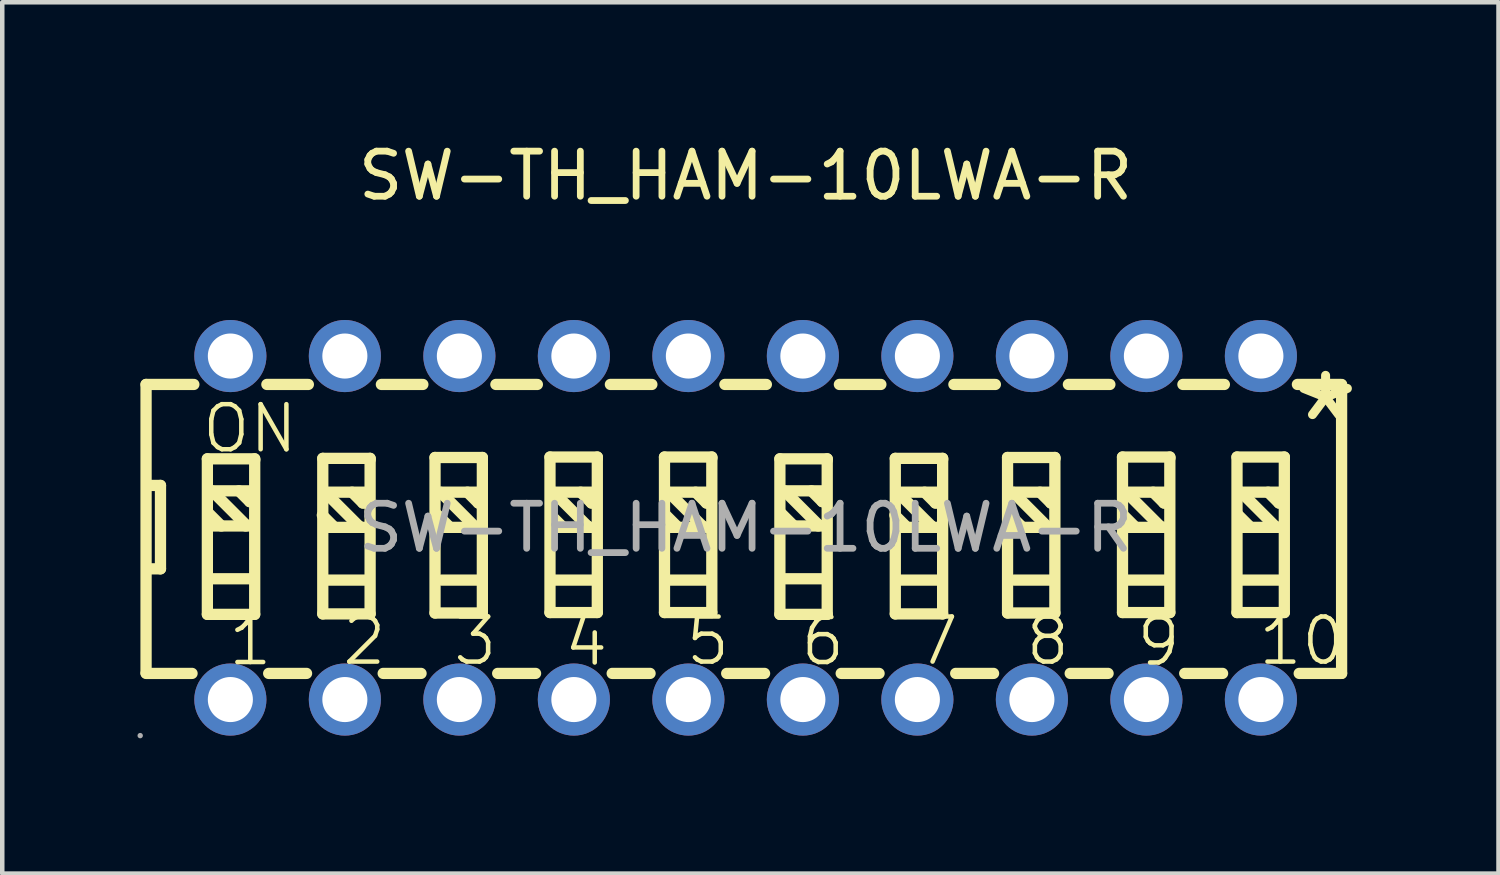
<source format=kicad_pcb>
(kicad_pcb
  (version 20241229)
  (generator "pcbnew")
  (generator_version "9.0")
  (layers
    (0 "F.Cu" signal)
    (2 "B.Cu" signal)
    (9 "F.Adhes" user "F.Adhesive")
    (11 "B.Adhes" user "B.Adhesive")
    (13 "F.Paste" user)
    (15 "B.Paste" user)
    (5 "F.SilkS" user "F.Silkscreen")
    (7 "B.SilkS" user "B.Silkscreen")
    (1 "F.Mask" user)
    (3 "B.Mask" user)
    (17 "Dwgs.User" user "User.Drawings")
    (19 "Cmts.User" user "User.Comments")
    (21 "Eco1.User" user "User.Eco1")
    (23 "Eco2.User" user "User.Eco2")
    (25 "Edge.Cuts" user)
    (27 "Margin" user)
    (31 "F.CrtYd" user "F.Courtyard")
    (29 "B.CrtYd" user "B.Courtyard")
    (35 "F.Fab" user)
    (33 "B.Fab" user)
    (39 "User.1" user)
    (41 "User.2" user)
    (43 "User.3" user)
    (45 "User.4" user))
  (footprint "SW-TH_HAM-10LWA-R"
    (layer "F.Cu")
    (at 13.49 8.658)
    (property "Reference" "SW-TH_HAM-10LWA-R" (at 0 -7.81 0) (layer "F.SilkS") (effects (font (size 1 1) (thickness 0.15))))
    (attr through_hole)
    (fp_line (start -13.3 -3.18) (end -13.3 3.22) (stroke (width 0.25) (type solid)) (layer "F.SilkS"))
    (fp_line (start -13.3 -3.18) (end -12.24 -3.18) (stroke (width 0.25) (type solid)) (layer "F.SilkS"))
    (fp_line (start -13.28 -0.94) (end -12.98 -0.94) (stroke (width 0.25) (type solid)) (layer "F.SilkS"))
    (fp_line (start -12.98 -0.94) (end -12.98 0.91) (stroke (width 0.25) (type solid)) (layer "F.SilkS"))
    (fp_line (start -12.98 0.91) (end -13.26 0.91) (stroke (width 0.25) (type solid)) (layer "F.SilkS"))
    (fp_line (start -12.28 3.23) (end -13.3 3.23) (stroke (width 0.25) (type solid)) (layer "F.SilkS"))
    (fp_line (start -11.94 -1.53) (end -11.94 1.92) (stroke (width 0.25) (type solid)) (layer "F.SilkS"))
    (fp_line (start -11.94 1.92) (end -10.89 1.92) (stroke (width 0.25) (type solid)) (layer "F.SilkS"))
    (fp_line (start -11.84 -0.82) (end -11.09 -0.07) (stroke (width 0.25) (type solid)) (layer "F.SilkS"))
    (fp_line (start -11.83 -0.04) (end -10.96 -0.04) (stroke (width 0.25) (type solid)) (layer "F.SilkS"))
    (fp_line (start -11.81 -0.82) (end -10.94 -0.82) (stroke (width 0.25) (type solid)) (layer "F.SilkS"))
    (fp_line (start -11.81 1.13) (end -10.94 1.13) (stroke (width 0.25) (type solid)) (layer "F.SilkS"))
    (fp_line (start -11.63 -0.04) (end -11.9 -0.31) (stroke (width 0.25) (type solid)) (layer "F.SilkS"))
    (fp_line (start -11.24 -0.82) (end -11 -0.58) (stroke (width 0.25) (type solid)) (layer "F.SilkS"))
    (fp_line (start -11.09 -0.07) (end -11.09 -0.04) (stroke (width 0.25) (type solid)) (layer "F.SilkS"))
    (fp_line (start -11 -0.58) (end -10.97 -0.58) (stroke (width 0.25) (type solid)) (layer "F.SilkS"))
    (fp_line (start -10.89 -1.53) (end -11.94 -1.53) (stroke (width 0.25) (type solid)) (layer "F.SilkS"))
    (fp_line (start -10.89 -1.5) (end -10.89 -1.53) (stroke (width 0.25) (type solid)) (layer "F.SilkS"))
    (fp_line (start -10.89 1.92) (end -10.89 -1.5) (stroke (width 0.25) (type solid)) (layer "F.SilkS"))
    (fp_line (start -10.62 -3.18) (end -9.7 -3.18) (stroke (width 0.25) (type solid)) (layer "F.SilkS"))
    (fp_line (start -9.74 3.23) (end -10.58 3.23) (stroke (width 0.25) (type solid)) (layer "F.SilkS"))
    (fp_line (start -9.38 -1.54) (end -9.38 1.91) (stroke (width 0.25) (type solid)) (layer "F.SilkS"))
    (fp_line (start -9.38 1.91) (end -8.33 1.91) (stroke (width 0.25) (type solid)) (layer "F.SilkS"))
    (fp_line (start -9.33 -0.79) (end -8.58 -0.04) (stroke (width 0.25) (type solid)) (layer "F.SilkS"))
    (fp_line (start -9.32 -0.01) (end -8.45 -0.01) (stroke (width 0.25) (type solid)) (layer "F.SilkS"))
    (fp_line (start -9.3 -0.79) (end -8.43 -0.79) (stroke (width 0.25) (type solid)) (layer "F.SilkS"))
    (fp_line (start -9.3 1.16) (end -8.43 1.16) (stroke (width 0.25) (type solid)) (layer "F.SilkS"))
    (fp_line (start -9.12 -0.01) (end -9.39 -0.28) (stroke (width 0.25) (type solid)) (layer "F.SilkS"))
    (fp_line (start -8.73 -0.79) (end -8.49 -0.55) (stroke (width 0.25) (type solid)) (layer "F.SilkS"))
    (fp_line (start -8.58 -0.04) (end -8.58 -0.01) (stroke (width 0.25) (type solid)) (layer "F.SilkS"))
    (fp_line (start -8.49 -0.55) (end -8.46 -0.55) (stroke (width 0.25) (type solid)) (layer "F.SilkS"))
    (fp_line (start -8.33 -1.54) (end -9.38 -1.54) (stroke (width 0.25) (type solid)) (layer "F.SilkS"))
    (fp_line (start -8.33 -1.51) (end -8.33 -1.54) (stroke (width 0.25) (type solid)) (layer "F.SilkS"))
    (fp_line (start -8.33 1.91) (end -8.33 -1.51) (stroke (width 0.25) (type solid)) (layer "F.SilkS"))
    (fp_line (start -8.08 -3.18) (end -7.16 -3.18) (stroke (width 0.25) (type solid)) (layer "F.SilkS"))
    (fp_line (start -7.2 3.23) (end -8.04 3.23) (stroke (width 0.25) (type solid)) (layer "F.SilkS"))
    (fp_line (start -6.89 -1.56) (end -6.89 1.89) (stroke (width 0.25) (type solid)) (layer "F.SilkS"))
    (fp_line (start -6.89 1.89) (end -5.84 1.89) (stroke (width 0.25) (type solid)) (layer "F.SilkS"))
    (fp_line (start -6.77 -0.79) (end -6.02 -0.04) (stroke (width 0.25) (type solid)) (layer "F.SilkS"))
    (fp_line (start -6.76 -0.01) (end -5.89 -0.01) (stroke (width 0.25) (type solid)) (layer "F.SilkS"))
    (fp_line (start -6.74 -0.79) (end -5.87 -0.79) (stroke (width 0.25) (type solid)) (layer "F.SilkS"))
    (fp_line (start -6.74 1.16) (end -5.87 1.16) (stroke (width 0.25) (type solid)) (layer "F.SilkS"))
    (fp_line (start -6.56 -0.01) (end -6.83 -0.28) (stroke (width 0.25) (type solid)) (layer "F.SilkS"))
    (fp_line (start -6.17 -0.79) (end -5.93 -0.55) (stroke (width 0.25) (type solid)) (layer "F.SilkS"))
    (fp_line (start -6.02 -0.04) (end -6.02 -0.01) (stroke (width 0.25) (type solid)) (layer "F.SilkS"))
    (fp_line (start -5.93 -0.55) (end -5.9 -0.55) (stroke (width 0.25) (type solid)) (layer "F.SilkS"))
    (fp_line (start -5.84 -1.56) (end -6.89 -1.56) (stroke (width 0.25) (type solid)) (layer "F.SilkS"))
    (fp_line (start -5.84 -1.53) (end -5.84 -1.56) (stroke (width 0.25) (type solid)) (layer "F.SilkS"))
    (fp_line (start -5.84 1.89) (end -5.84 -1.53) (stroke (width 0.25) (type solid)) (layer "F.SilkS"))
    (fp_line (start -5.54 -3.18) (end -4.62 -3.18) (stroke (width 0.25) (type solid)) (layer "F.SilkS"))
    (fp_line (start -4.66 3.23) (end -5.5 3.23) (stroke (width 0.25) (type solid)) (layer "F.SilkS"))
    (fp_line (start -4.34 -1.57) (end -4.34 1.88) (stroke (width 0.25) (type solid)) (layer "F.SilkS"))
    (fp_line (start -4.34 1.88) (end -3.29 1.88) (stroke (width 0.25) (type solid)) (layer "F.SilkS"))
    (fp_line (start -4.26 -0.79) (end -3.51 -0.04) (stroke (width 0.25) (type solid)) (layer "F.SilkS"))
    (fp_line (start -4.25 -0.01) (end -3.38 -0.01) (stroke (width 0.25) (type solid)) (layer "F.SilkS"))
    (fp_line (start -4.23 -0.79) (end -3.36 -0.79) (stroke (width 0.25) (type solid)) (layer "F.SilkS"))
    (fp_line (start -4.23 1.16) (end -3.36 1.16) (stroke (width 0.25) (type solid)) (layer "F.SilkS"))
    (fp_line (start -4.05 -0.01) (end -4.32 -0.28) (stroke (width 0.25) (type solid)) (layer "F.SilkS"))
    (fp_line (start -3.66 -0.79) (end -3.42 -0.55) (stroke (width 0.25) (type solid)) (layer "F.SilkS"))
    (fp_line (start -3.51 -0.04) (end -3.51 -0.01) (stroke (width 0.25) (type solid)) (layer "F.SilkS"))
    (fp_line (start -3.42 -0.55) (end -3.39 -0.55) (stroke (width 0.25) (type solid)) (layer "F.SilkS"))
    (fp_line (start -3.29 -1.57) (end -4.34 -1.57) (stroke (width 0.25) (type solid)) (layer "F.SilkS"))
    (fp_line (start -3.29 -1.54) (end -3.29 -1.57) (stroke (width 0.25) (type solid)) (layer "F.SilkS"))
    (fp_line (start -3.29 1.88) (end -3.29 -1.54) (stroke (width 0.25) (type solid)) (layer "F.SilkS"))
    (fp_line (start -3 -3.18) (end -2.08 -3.18) (stroke (width 0.25) (type solid)) (layer "F.SilkS"))
    (fp_line (start -2.12 3.23) (end -2.96 3.23) (stroke (width 0.25) (type solid)) (layer "F.SilkS"))
    (fp_line (start -1.8 -1.57) (end -1.8 1.88) (stroke (width 0.25) (type solid)) (layer "F.SilkS"))
    (fp_line (start -1.8 1.88) (end -0.75 1.88) (stroke (width 0.25) (type solid)) (layer "F.SilkS"))
    (fp_line (start -1.71 -0.79) (end -0.96 -0.04) (stroke (width 0.25) (type solid)) (layer "F.SilkS"))
    (fp_line (start -1.7 -0.01) (end -0.83 -0.01) (stroke (width 0.25) (type solid)) (layer "F.SilkS"))
    (fp_line (start -1.68 -0.79) (end -0.81 -0.79) (stroke (width 0.25) (type solid)) (layer "F.SilkS"))
    (fp_line (start -1.68 1.16) (end -0.81 1.16) (stroke (width 0.25) (type solid)) (layer "F.SilkS"))
    (fp_line (start -1.5 -0.01) (end -1.77 -0.28) (stroke (width 0.25) (type solid)) (layer "F.SilkS"))
    (fp_line (start -1.11 -0.79) (end -0.87 -0.55) (stroke (width 0.25) (type solid)) (layer "F.SilkS"))
    (fp_line (start -0.96 -0.04) (end -0.96 -0.01) (stroke (width 0.25) (type solid)) (layer "F.SilkS"))
    (fp_line (start -0.87 -0.55) (end -0.84 -0.55) (stroke (width 0.25) (type solid)) (layer "F.SilkS"))
    (fp_line (start -0.75 -1.57) (end -1.8 -1.57) (stroke (width 0.25) (type solid)) (layer "F.SilkS"))
    (fp_line (start -0.75 -1.54) (end -0.75 -1.57) (stroke (width 0.25) (type solid)) (layer "F.SilkS"))
    (fp_line (start -0.75 1.88) (end -0.75 -1.54) (stroke (width 0.25) (type solid)) (layer "F.SilkS"))
    (fp_line (start -0.46 -3.18) (end 0.46 -3.18) (stroke (width 0.25) (type solid)) (layer "F.SilkS"))
    (fp_line (start 0.42 3.23) (end -0.42 3.23) (stroke (width 0.25) (type solid)) (layer "F.SilkS"))
    (fp_line (start 0.76 -1.53) (end 0.76 1.92) (stroke (width 0.25) (type solid)) (layer "F.SilkS"))
    (fp_line (start 0.76 1.92) (end 1.81 1.92) (stroke (width 0.25) (type solid)) (layer "F.SilkS"))
    (fp_line (start 0.86 -0.82) (end 1.61 -0.07) (stroke (width 0.25) (type solid)) (layer "F.SilkS"))
    (fp_line (start 0.87 -0.04) (end 1.74 -0.04) (stroke (width 0.25) (type solid)) (layer "F.SilkS"))
    (fp_line (start 0.89 -0.82) (end 1.76 -0.82) (stroke (width 0.25) (type solid)) (layer "F.SilkS"))
    (fp_line (start 0.89 1.13) (end 1.76 1.13) (stroke (width 0.25) (type solid)) (layer "F.SilkS"))
    (fp_line (start 1.07 -0.04) (end 0.8 -0.31) (stroke (width 0.25) (type solid)) (layer "F.SilkS"))
    (fp_line (start 1.46 -0.82) (end 1.7 -0.58) (stroke (width 0.25) (type solid)) (layer "F.SilkS"))
    (fp_line (start 1.61 -0.07) (end 1.61 -0.04) (stroke (width 0.25) (type solid)) (layer "F.SilkS"))
    (fp_line (start 1.7 -0.58) (end 1.73 -0.58) (stroke (width 0.25) (type solid)) (layer "F.SilkS"))
    (fp_line (start 1.81 -1.53) (end 0.76 -1.53) (stroke (width 0.25) (type solid)) (layer "F.SilkS"))
    (fp_line (start 1.81 -1.5) (end 1.81 -1.53) (stroke (width 0.25) (type solid)) (layer "F.SilkS"))
    (fp_line (start 1.81 1.92) (end 1.81 -1.5) (stroke (width 0.25) (type solid)) (layer "F.SilkS"))
    (fp_line (start 2.08 -3.18) (end 3 -3.18) (stroke (width 0.25) (type solid)) (layer "F.SilkS"))
    (fp_line (start 2.96 3.23) (end 2.12 3.23) (stroke (width 0.25) (type solid)) (layer "F.SilkS"))
    (fp_line (start 3.32 -1.54) (end 3.32 1.91) (stroke (width 0.25) (type solid)) (layer "F.SilkS"))
    (fp_line (start 3.32 1.91) (end 4.37 1.91) (stroke (width 0.25) (type solid)) (layer "F.SilkS"))
    (fp_line (start 3.37 -0.79) (end 4.12 -0.04) (stroke (width 0.25) (type solid)) (layer "F.SilkS"))
    (fp_line (start 3.38 -0.01) (end 4.25 -0.01) (stroke (width 0.25) (type solid)) (layer "F.SilkS"))
    (fp_line (start 3.4 -0.79) (end 4.27 -0.79) (stroke (width 0.25) (type solid)) (layer "F.SilkS"))
    (fp_line (start 3.4 1.16) (end 4.27 1.16) (stroke (width 0.25) (type solid)) (layer "F.SilkS"))
    (fp_line (start 3.58 -0.01) (end 3.31 -0.28) (stroke (width 0.25) (type solid)) (layer "F.SilkS"))
    (fp_line (start 3.97 -0.79) (end 4.21 -0.55) (stroke (width 0.25) (type solid)) (layer "F.SilkS"))
    (fp_line (start 4.12 -0.04) (end 4.12 -0.01) (stroke (width 0.25) (type solid)) (layer "F.SilkS"))
    (fp_line (start 4.21 -0.55) (end 4.24 -0.55) (stroke (width 0.25) (type solid)) (layer "F.SilkS"))
    (fp_line (start 4.37 -1.54) (end 3.32 -1.54) (stroke (width 0.25) (type solid)) (layer "F.SilkS"))
    (fp_line (start 4.37 -1.51) (end 4.37 -1.54) (stroke (width 0.25) (type solid)) (layer "F.SilkS"))
    (fp_line (start 4.37 1.91) (end 4.37 -1.51) (stroke (width 0.25) (type solid)) (layer "F.SilkS"))
    (fp_line (start 4.62 -3.18) (end 5.54 -3.18) (stroke (width 0.25) (type solid)) (layer "F.SilkS"))
    (fp_line (start 5.5 3.23) (end 4.66 3.23) (stroke (width 0.25) (type solid)) (layer "F.SilkS"))
    (fp_line (start 5.81 -1.56) (end 5.81 1.89) (stroke (width 0.25) (type solid)) (layer "F.SilkS"))
    (fp_line (start 5.81 1.89) (end 6.86 1.89) (stroke (width 0.25) (type solid)) (layer "F.SilkS"))
    (fp_line (start 5.93 -0.79) (end 6.68 -0.04) (stroke (width 0.25) (type solid)) (layer "F.SilkS"))
    (fp_line (start 5.94 -0.01) (end 6.81 -0.01) (stroke (width 0.25) (type solid)) (layer "F.SilkS"))
    (fp_line (start 5.96 -0.79) (end 6.83 -0.79) (stroke (width 0.25) (type solid)) (layer "F.SilkS"))
    (fp_line (start 5.96 1.16) (end 6.83 1.16) (stroke (width 0.25) (type solid)) (layer "F.SilkS"))
    (fp_line (start 6.14 -0.01) (end 5.87 -0.28) (stroke (width 0.25) (type solid)) (layer "F.SilkS"))
    (fp_line (start 6.53 -0.79) (end 6.77 -0.55) (stroke (width 0.25) (type solid)) (layer "F.SilkS"))
    (fp_line (start 6.68 -0.04) (end 6.68 -0.01) (stroke (width 0.25) (type solid)) (layer "F.SilkS"))
    (fp_line (start 6.77 -0.55) (end 6.8 -0.55) (stroke (width 0.25) (type solid)) (layer "F.SilkS"))
    (fp_line (start 6.86 -1.56) (end 5.81 -1.56) (stroke (width 0.25) (type solid)) (layer "F.SilkS"))
    (fp_line (start 6.86 -1.53) (end 6.86 -1.56) (stroke (width 0.25) (type solid)) (layer "F.SilkS"))
    (fp_line (start 6.86 1.89) (end 6.86 -1.53) (stroke (width 0.25) (type solid)) (layer "F.SilkS"))
    (fp_line (start 7.16 -3.18) (end 8.08 -3.18) (stroke (width 0.25) (type solid)) (layer "F.SilkS"))
    (fp_line (start 8.04 3.23) (end 7.2 3.23) (stroke (width 0.25) (type solid)) (layer "F.SilkS"))
    (fp_line (start 8.36 -1.57) (end 8.36 1.88) (stroke (width 0.25) (type solid)) (layer "F.SilkS"))
    (fp_line (start 8.36 1.88) (end 9.41 1.88) (stroke (width 0.25) (type solid)) (layer "F.SilkS"))
    (fp_line (start 8.44 -0.79) (end 9.19 -0.04) (stroke (width 0.25) (type solid)) (layer "F.SilkS"))
    (fp_line (start 8.45 -0.01) (end 9.32 -0.01) (stroke (width 0.25) (type solid)) (layer "F.SilkS"))
    (fp_line (start 8.47 -0.79) (end 9.34 -0.79) (stroke (width 0.25) (type solid)) (layer "F.SilkS"))
    (fp_line (start 8.47 1.16) (end 9.34 1.16) (stroke (width 0.25) (type solid)) (layer "F.SilkS"))
    (fp_line (start 8.65 -0.01) (end 8.38 -0.28) (stroke (width 0.25) (type solid)) (layer "F.SilkS"))
    (fp_line (start 9.04 -0.79) (end 9.28 -0.55) (stroke (width 0.25) (type solid)) (layer "F.SilkS"))
    (fp_line (start 9.19 -0.04) (end 9.19 -0.01) (stroke (width 0.25) (type solid)) (layer "F.SilkS"))
    (fp_line (start 9.28 -0.55) (end 9.31 -0.55) (stroke (width 0.25) (type solid)) (layer "F.SilkS"))
    (fp_line (start 9.41 -1.57) (end 8.36 -1.57) (stroke (width 0.25) (type solid)) (layer "F.SilkS"))
    (fp_line (start 9.41 -1.54) (end 9.41 -1.57) (stroke (width 0.25) (type solid)) (layer "F.SilkS"))
    (fp_line (start 9.41 1.88) (end 9.41 -1.54) (stroke (width 0.25) (type solid)) (layer "F.SilkS"))
    (fp_line (start 9.7 -3.18) (end 10.62 -3.18) (stroke (width 0.25) (type solid)) (layer "F.SilkS"))
    (fp_line (start 10.58 3.23) (end 9.74 3.23) (stroke (width 0.25) (type solid)) (layer "F.SilkS"))
    (fp_line (start 10.9 -1.57) (end 10.9 1.88) (stroke (width 0.25) (type solid)) (layer "F.SilkS"))
    (fp_line (start 10.9 1.88) (end 11.95 1.88) (stroke (width 0.25) (type solid)) (layer "F.SilkS"))
    (fp_line (start 10.99 -0.79) (end 11.74 -0.04) (stroke (width 0.25) (type solid)) (layer "F.SilkS"))
    (fp_line (start 11 -0.01) (end 11.87 -0.01) (stroke (width 0.25) (type solid)) (layer "F.SilkS"))
    (fp_line (start 11.02 -0.79) (end 11.89 -0.79) (stroke (width 0.25) (type solid)) (layer "F.SilkS"))
    (fp_line (start 11.02 1.16) (end 11.89 1.16) (stroke (width 0.25) (type solid)) (layer "F.SilkS"))
    (fp_line (start 11.2 -0.01) (end 10.93 -0.28) (stroke (width 0.25) (type solid)) (layer "F.SilkS"))
    (fp_line (start 11.59 -0.79) (end 11.83 -0.55) (stroke (width 0.25) (type solid)) (layer "F.SilkS"))
    (fp_line (start 11.74 -0.04) (end 11.74 -0.01) (stroke (width 0.25) (type solid)) (layer "F.SilkS"))
    (fp_line (start 11.83 -0.55) (end 11.86 -0.55) (stroke (width 0.25) (type solid)) (layer "F.SilkS"))
    (fp_line (start 11.95 -1.57) (end 10.9 -1.57) (stroke (width 0.25) (type solid)) (layer "F.SilkS"))
    (fp_line (start 11.95 -1.54) (end 11.95 -1.57) (stroke (width 0.25) (type solid)) (layer "F.SilkS"))
    (fp_line (start 11.95 1.88) (end 11.95 -1.54) (stroke (width 0.25) (type solid)) (layer "F.SilkS"))
    (fp_line (start 12.24 -3.18) (end 13.22 -3.18) (stroke (width 0.25) (type solid)) (layer "F.SilkS"))
    (fp_line (start 13.22 -3.17) (end 13.22 3.23) (stroke (width 0.25) (type solid)) (layer "F.SilkS"))
    (fp_line (start 13.22 3.23) (end 12.28 3.23) (stroke (width 0.25) (type solid)) (layer "F.SilkS"))
    (fp_circle (center -13.43 4.61) (end -13.4 4.61) (stroke (width 0.06) (type solid)) (fill no) (layer "F.Fab"))
    (fp_circle (center -11.43 -3.81) (end -11.23 -3.81) (stroke (width 0.4) (type solid)) (fill no) (layer "F.Fab"))
    (fp_circle (center -11.43 3.81) (end -11.23 3.81) (stroke (width 0.4) (type solid)) (fill no) (layer "F.Fab"))
    (fp_circle (center -8.89 -3.81) (end -8.69 -3.81) (stroke (width 0.4) (type solid)) (fill no) (layer "F.Fab"))
    (fp_circle (center -8.89 3.81) (end -8.69 3.81) (stroke (width 0.4) (type solid)) (fill no) (layer "F.Fab"))
    (fp_circle (center -6.35 -3.81) (end -6.15 -3.81) (stroke (width 0.4) (type solid)) (fill no) (layer "F.Fab"))
    (fp_circle (center -6.35 3.81) (end -6.15 3.81) (stroke (width 0.4) (type solid)) (fill no) (layer "F.Fab"))
    (fp_circle (center -3.81 -3.81) (end -3.61 -3.81) (stroke (width 0.4) (type solid)) (fill no) (layer "F.Fab"))
    (fp_circle (center -3.81 3.81) (end -3.61 3.81) (stroke (width 0.4) (type solid)) (fill no) (layer "F.Fab"))
    (fp_circle (center -1.27 -3.81) (end -1.07 -3.81) (stroke (width 0.4) (type solid)) (fill no) (layer "F.Fab"))
    (fp_circle (center -1.27 3.81) (end -1.07 3.81) (stroke (width 0.4) (type solid)) (fill no) (layer "F.Fab"))
    (fp_circle (center 1.27 -3.81) (end 1.47 -3.81) (stroke (width 0.4) (type solid)) (fill no) (layer "F.Fab"))
    (fp_circle (center 1.27 3.81) (end 1.47 3.81) (stroke (width 0.4) (type solid)) (fill no) (layer "F.Fab"))
    (fp_circle (center 3.81 -3.81) (end 4.01 -3.81) (stroke (width 0.4) (type solid)) (fill no) (layer "F.Fab"))
    (fp_circle (center 3.81 3.81) (end 4.01 3.81) (stroke (width 0.4) (type solid)) (fill no) (layer "F.Fab"))
    (fp_circle (center 6.35 -3.81) (end 6.55 -3.81) (stroke (width 0.4) (type solid)) (fill no) (layer "F.Fab"))
    (fp_circle (center 6.35 3.81) (end 6.55 3.81) (stroke (width 0.4) (type solid)) (fill no) (layer "F.Fab"))
    (fp_circle (center 8.89 -3.81) (end 9.09 -3.81) (stroke (width 0.4) (type solid)) (fill no) (layer "F.Fab"))
    (fp_circle (center 8.89 3.81) (end 9.09 3.81) (stroke (width 0.4) (type solid)) (fill no) (layer "F.Fab"))
    (fp_circle (center 11.43 -3.81) (end 11.63 -3.81) (stroke (width 0.4) (type solid)) (fill no) (layer "F.Fab"))
    (fp_circle (center 11.43 3.81) (end 11.63 3.81) (stroke (width 0.4) (type solid)) (fill no) (layer "F.Fab"))
    (fp_text user "6" (at 1.17 2.52 0) (layer "F.SilkS") (effects (font (size 1 1) (thickness 0.1)) (justify left)))
    (fp_text user "10" (at 11.32 2.51 0) (layer "F.SilkS") (effects (font (size 1 1) (thickness 0.1)) (justify left)))
    (fp_text user "1" (at -11.53 2.52 0) (layer "F.SilkS") (effects (font (size 1 1) (thickness 0.1)) (justify left)))
    (fp_text user "8" (at 6.16 2.51 0) (layer "F.SilkS") (effects (font (size 1 1) (thickness 0.1)) (justify left)))
    (fp_text user "7" (at 3.7 2.51 0) (layer "F.SilkS") (effects (font (size 1 1) (thickness 0.1)) (justify left)))
    (fp_text user "3" (at -6.54 2.51 0) (layer "F.SilkS") (effects (font (size 1 1) (thickness 0.1)) (justify left)))
    (fp_text user "2" (at -9 2.51 0) (layer "F.SilkS") (effects (font (size 1 1) (thickness 0.1)) (justify left)))
    (fp_text user "5" (at -1.38 2.51 0) (layer "F.SilkS") (effects (font (size 1 1) (thickness 0.1)) (justify left)))
    (fp_text user "*" (at 11.96 -2.28 0) (layer "F.SilkS") (effects (font (size 2.03 2.03) (thickness 0.2)) (justify left)))
    (fp_text user "9" (at 8.62 2.53 0) (layer "F.SilkS") (effects (font (size 1 1) (thickness 0.1)) (justify left)))
    (fp_text user "ON" (at -12.11 -2.2 0) (layer "F.SilkS") (effects (font (size 1 1) (thickness 0.1)) (justify left)))
    (fp_text user "4" (at -4.08 2.53 0) (layer "F.SilkS") (effects (font (size 1 1) (thickness 0.1)) (justify left)))
    (fp_text user "${REFERENCE}" (at 0 0 0) (layer "F.Fab") (effects (font (size 1 1) (thickness 0.15))))
    (pad "1" thru_hole circle (at -11.43 3.81) (size 1.6 1.6) (drill 1) (layers "*.Cu" "*.Paste" "*.Mask"))
    (pad "2" thru_hole circle (at -8.89 3.81) (size 1.6 1.6) (drill 1) (layers "*.Cu" "*.Paste" "*.Mask"))
    (pad "3" thru_hole circle (at -6.35 3.81) (size 1.6 1.6) (drill 1) (layers "*.Cu" "*.Paste" "*.Mask"))
    (pad "4" thru_hole circle (at -3.81 3.81) (size 1.6 1.6) (drill 1) (layers "*.Cu" "*.Paste" "*.Mask"))
    (pad "5" thru_hole circle (at -1.27 3.81) (size 1.6 1.6) (drill 1) (layers "*.Cu" "*.Paste" "*.Mask"))
    (pad "6" thru_hole circle (at 1.27 3.81) (size 1.6 1.6) (drill 1) (layers "*.Cu" "*.Paste" "*.Mask"))
    (pad "7" thru_hole circle (at 3.81 3.81) (size 1.6 1.6) (drill 1) (layers "*.Cu" "*.Paste" "*.Mask"))
    (pad "8" thru_hole circle (at 6.35 3.81) (size 1.6 1.6) (drill 1) (layers "*.Cu" "*.Paste" "*.Mask"))
    (pad "9" thru_hole circle (at 8.89 3.81) (size 1.6 1.6) (drill 1) (layers "*.Cu" "*.Paste" "*.Mask"))
    (pad "10" thru_hole circle (at 11.43 3.81) (size 1.6 1.6) (drill 1) (layers "*.Cu" "*.Paste" "*.Mask"))
    (pad "11" thru_hole circle (at 11.43 -3.81 180) (size 1.6 1.6) (drill 1) (layers "*.Cu" "*.Paste" "*.Mask"))
    (pad "12" thru_hole circle (at 8.89 -3.81 180) (size 1.6 1.6) (drill 1) (layers "*.Cu" "*.Paste" "*.Mask"))
    (pad "13" thru_hole circle (at 6.35 -3.81 180) (size 1.6 1.6) (drill 1) (layers "*.Cu" "*.Paste" "*.Mask"))
    (pad "14" thru_hole circle (at 3.81 -3.81) (size 1.6 1.6) (drill 1) (layers "*.Cu" "*.Paste" "*.Mask"))
    (pad "15" thru_hole circle (at 1.27 -3.81) (size 1.6 1.6) (drill 1) (layers "*.Cu" "*.Paste" "*.Mask"))
    (pad "16" thru_hole circle (at -1.27 -3.81 180) (size 1.6 1.6) (drill 1) (layers "*.Cu" "*.Paste" "*.Mask"))
    (pad "17" thru_hole circle (at -3.81 -3.81 180) (size 1.6 1.6) (drill 1) (layers "*.Cu" "*.Paste" "*.Mask"))
    (pad "18" thru_hole circle (at -6.35 -3.81 180) (size 1.6 1.6) (drill 1) (layers "*.Cu" "*.Paste" "*.Mask"))
    (pad "19" thru_hole circle (at -8.89 -3.81) (size 1.6 1.6) (drill 1) (layers "*.Cu" "*.Paste" "*.Mask"))
    (pad "20" thru_hole circle (at -11.43 -3.81) (size 1.6 1.6) (drill 1) (layers "*.Cu" "*.Paste" "*.Mask")))
  (gr_rect
    (start -3 -3)
    (end 30.191 16.328)
    (stroke (width 0.1) (type default))
    (fill no)
    (layer "Edge.Cuts")))
</source>
